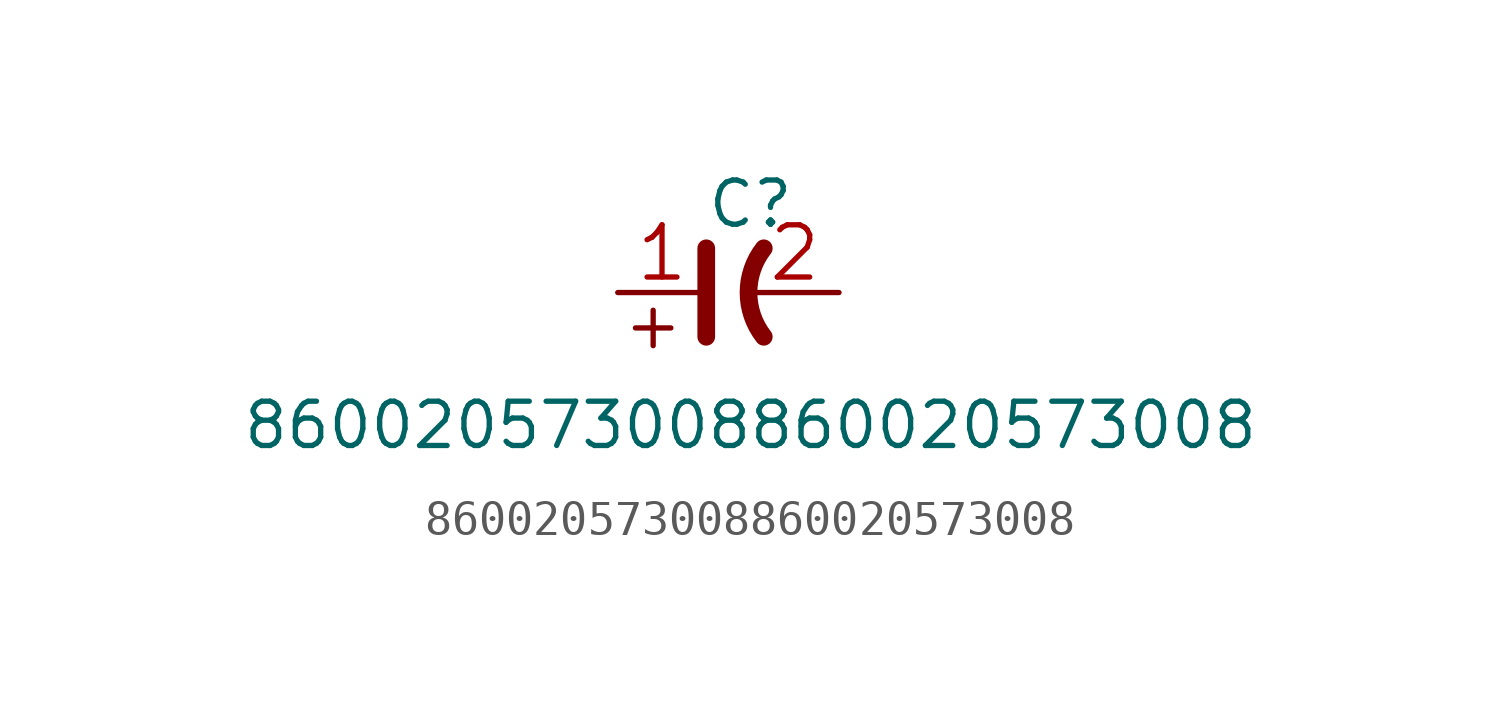
<source format=kicad_sym>
(kicad_symbol_lib
  (version 20211014)
  (generator kicad_symbol_editor)
  (symbol "860020573008860020573008"
    (property "Reference" "C"
      (at 0 0 0)
      (effects (font (size 1.27 1.27))))
    (property "Value" "860020573008860020573008"
      (at 0 -6.35 0)
      (effects (font (size 1.27 1.27))))
    (symbol "860020573008860020573008_0_1"
      (polyline (pts (xy -3.302 -3.556) (xy -2.286 -3.556)) (stroke (width 0) (type default) (color 0 0 0 0)) (fill (type none)))
      (polyline (pts (xy -2.794 -4.064) (xy -2.794 -3.048)) (stroke (width 0) (type default) (color 0 0 0 0)) (fill (type none)))
      (arc (start 0.381 -1.27) (mid -0.0571 -2.54) (end 0.381 -3.81) (stroke (width 0.508) (type default) (color 0 0 0 0)) (fill (type none))))
    (symbol "860020573008860020573008_1_1"
      (polyline (pts (xy -1.27 -3.81) (xy -1.27 -1.27)) (stroke (width 0.508) (type default) (color 0 0 0 0)) (fill (type none)))
      (pin passive line (at -3.81 -2.54 0) (length 2.54) (name "" (effects (font (size 1.499 1.499)))) (number "1" (effects (font (size 1.499 1.499)))))
      (pin passive line (at 2.54 -2.54 180) (length 2.54) (name "" (effects (font (size 1.499 1.499)))) (number "2" (effects (font (size 1.499 1.499))))))))
</source>
